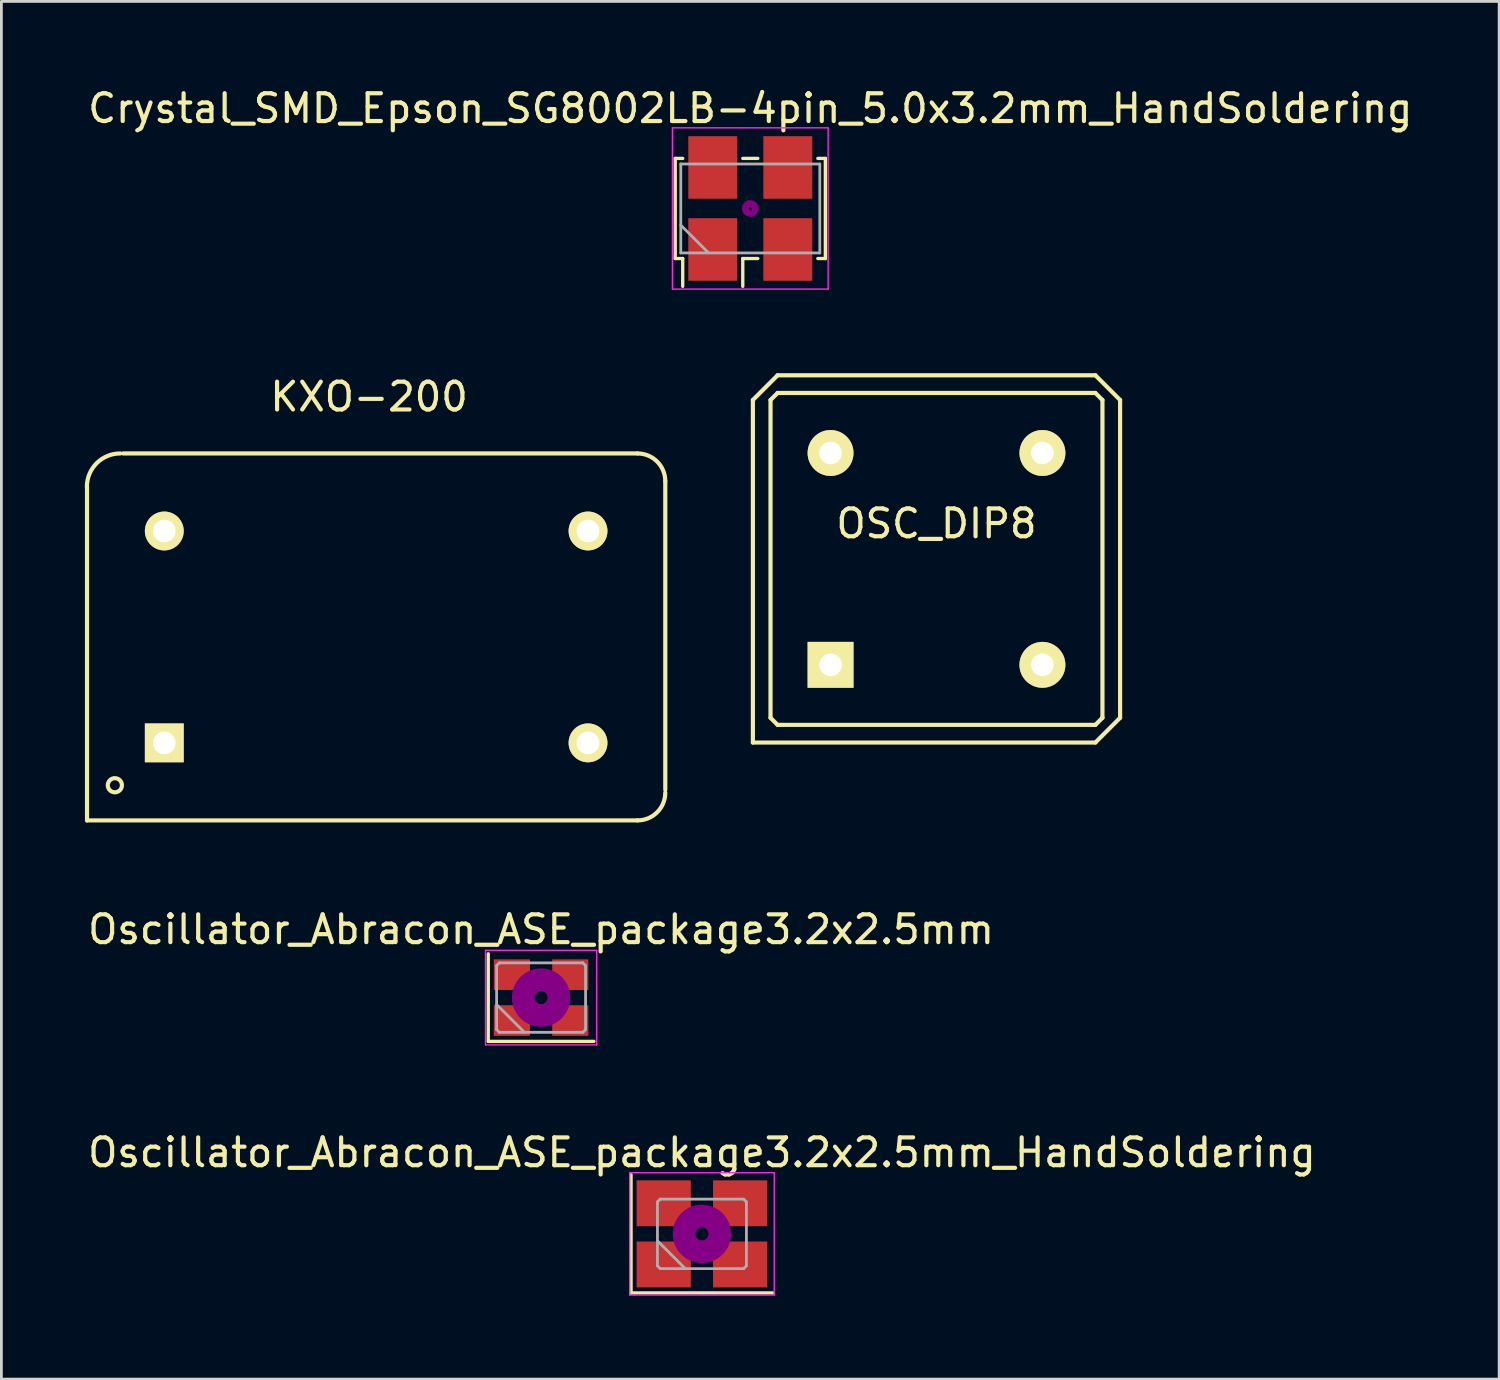
<source format=kicad_pcb>
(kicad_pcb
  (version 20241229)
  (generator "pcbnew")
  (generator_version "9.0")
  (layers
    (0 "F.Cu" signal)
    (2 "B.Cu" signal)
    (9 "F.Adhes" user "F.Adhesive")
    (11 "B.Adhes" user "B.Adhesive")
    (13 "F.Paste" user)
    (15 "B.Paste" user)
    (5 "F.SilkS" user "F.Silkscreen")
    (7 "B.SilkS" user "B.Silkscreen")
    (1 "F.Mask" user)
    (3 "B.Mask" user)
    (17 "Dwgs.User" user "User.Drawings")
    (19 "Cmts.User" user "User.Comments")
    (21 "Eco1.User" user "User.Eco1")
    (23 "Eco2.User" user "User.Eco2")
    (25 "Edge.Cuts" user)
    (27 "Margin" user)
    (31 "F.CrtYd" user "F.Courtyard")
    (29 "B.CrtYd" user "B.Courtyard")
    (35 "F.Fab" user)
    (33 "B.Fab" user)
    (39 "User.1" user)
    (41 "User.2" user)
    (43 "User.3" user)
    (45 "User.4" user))
  (footprint "OSC_DIP8"
    (layer "F.Cu")
    (at 30.632 17.052)
    (property "Reference" "OSC_DIP8" (at 0 -1.27 0) (layer "F.SilkS") (effects (font (size 1 1) (thickness 0.15))))
    (attr through_hole)
    (fp_line (start -6.604 -5.715) (end -6.604 6.604) (stroke (width 0.15) (type solid)) (layer "F.SilkS"))
    (fp_line (start -6.604 6.604) (end 5.715 6.604) (stroke (width 0.15) (type solid)) (layer "F.SilkS"))
    (fp_line (start -5.969 -5.715) (end -5.969 5.715) (stroke (width 0.15) (type solid)) (layer "F.SilkS"))
    (fp_line (start -5.969 5.715) (end -5.715 5.969) (stroke (width 0.15) (type solid)) (layer "F.SilkS"))
    (fp_line (start -5.715 -6.604) (end -6.604 -5.715) (stroke (width 0.15) (type solid)) (layer "F.SilkS"))
    (fp_line (start -5.715 -5.969) (end -5.969 -5.715) (stroke (width 0.15) (type solid)) (layer "F.SilkS"))
    (fp_line (start -5.715 5.969) (end 5.715 5.969) (stroke (width 0.15) (type solid)) (layer "F.SilkS"))
    (fp_line (start 5.715 -6.604) (end -5.715 -6.604) (stroke (width 0.15) (type solid)) (layer "F.SilkS"))
    (fp_line (start 5.715 -5.969) (end -5.715 -5.969) (stroke (width 0.15) (type solid)) (layer "F.SilkS"))
    (fp_line (start 5.715 5.969) (end 5.969 5.715) (stroke (width 0.15) (type solid)) (layer "F.SilkS"))
    (fp_line (start 5.715 6.604) (end 6.604 5.715) (stroke (width 0.15) (type solid)) (layer "F.SilkS"))
    (fp_line (start 5.969 -5.715) (end 5.715 -5.969) (stroke (width 0.15) (type solid)) (layer "F.SilkS"))
    (fp_line (start 5.969 5.715) (end 5.969 -5.715) (stroke (width 0.15) (type solid)) (layer "F.SilkS"))
    (fp_line (start 6.604 -5.715) (end 5.715 -6.604) (stroke (width 0.15) (type solid)) (layer "F.SilkS"))
    (fp_line (start 6.604 5.715) (end 6.604 -5.715) (stroke (width 0.15) (type solid)) (layer "F.SilkS"))
    (pad "1" thru_hole rect (at -3.81 3.81) (size 1.651 1.651) (drill 0.813) (layers "*.Cu" "*.Mask" "F.SilkS"))
    (pad "4" thru_hole circle (at 3.81 3.81) (size 1.651 1.651) (drill 0.813) (layers "*.Cu" "*.Mask" "F.SilkS"))
    (pad "5" thru_hole circle (at 3.81 -3.81) (size 1.651 1.651) (drill 0.813) (layers "*.Cu" "*.Mask" "F.SilkS"))
    (pad "8" thru_hole circle (at -3.81 -3.81) (size 1.651 1.651) (drill 0.813) (layers "*.Cu" "*.Mask" "F.SilkS")))
  (footprint "Oscillator_Abracon_ASE_package3.2x2.5mm_HandSoldering"
    (layer "F.Cu")
    (at 22.196 41.328)
    (property "Reference" "Oscillator_Abracon_ASE_package3.2x2.5mm_HandSoldering" (at 0 -2.925 0) (layer "F.SilkS") (effects (font (size 1 1) (thickness 0.15))))
    (attr smd)
    (fp_line (start -2.55 -2.125) (end -2.55 2.125) (stroke (width 0.12) (type solid)) (layer "F.SilkS"))
    (fp_line (start -2.55 2.125) (end 2.55 2.125) (stroke (width 0.12) (type solid)) (layer "F.SilkS"))
    (fp_circle (center 0 0) (end 0.233 0) (stroke (width 0.467) (type solid)) (fill no) (layer "F.Adhes"))
    (fp_circle (center 0 0) (end 0.533 0) (stroke (width 0.333) (type solid)) (fill no) (layer "F.Adhes"))
    (fp_circle (center 0 0) (end 0.833 0) (stroke (width 0.333) (type solid)) (fill no) (layer "F.Adhes"))
    (fp_circle (center 0 0) (end 1 0) (stroke (width 0.1) (type solid)) (fill no) (layer "F.Adhes"))
    (fp_line (start -2.6 -2.2) (end -2.6 2.2) (stroke (width 0.05) (type solid)) (layer "F.CrtYd"))
    (fp_line (start -2.6 2.2) (end 2.6 2.2) (stroke (width 0.05) (type solid)) (layer "F.CrtYd"))
    (fp_line (start 2.6 -2.2) (end -2.6 -2.2) (stroke (width 0.05) (type solid)) (layer "F.CrtYd"))
    (fp_line (start 2.6 2.2) (end 2.6 -2.2) (stroke (width 0.05) (type solid)) (layer "F.CrtYd"))
    (fp_line (start -1.6 -1.15) (end -1.5 -1.25) (stroke (width 0.1) (type solid)) (layer "F.Fab"))
    (fp_line (start -1.6 0.25) (end -0.6 1.25) (stroke (width 0.1) (type solid)) (layer "F.Fab"))
    (fp_line (start -1.6 1.15) (end -1.6 -1.15) (stroke (width 0.1) (type solid)) (layer "F.Fab"))
    (fp_line (start -1.5 -1.25) (end 1.5 -1.25) (stroke (width 0.1) (type solid)) (layer "F.Fab"))
    (fp_line (start -1.5 1.25) (end -1.6 1.15) (stroke (width 0.1) (type solid)) (layer "F.Fab"))
    (fp_line (start 1.5 -1.25) (end 1.6 -1.15) (stroke (width 0.1) (type solid)) (layer "F.Fab"))
    (fp_line (start 1.5 1.25) (end -1.5 1.25) (stroke (width 0.1) (type solid)) (layer "F.Fab"))
    (fp_line (start 1.6 -1.15) (end 1.6 1.15) (stroke (width 0.1) (type solid)) (layer "F.Fab"))
    (fp_line (start 1.6 1.15) (end 1.5 1.25) (stroke (width 0.1) (type solid)) (layer "F.Fab"))
    (pad "1" smd rect (at -1.375 1.1) (size 1.95 1.65) (layers "F.Cu" "F.Mask"))
    (pad "2" smd rect (at 1.375 1.1) (size 1.95 1.65) (layers "F.Cu" "F.Mask"))
    (pad "3" smd rect (at 1.375 -1.1) (size 1.95 1.65) (layers "F.Cu" "F.Mask"))
    (pad "4" smd rect (at -1.375 -1.1) (size 1.95 1.65) (layers "F.Cu" "F.Mask")))
  (footprint "Crystal_SMD_Epson_SG8002LB-4pin_5.0x3.2mm_HandSoldering"
    (layer "F.Cu")
    (at 23.935 4.448)
    (property "Reference" "Crystal_SMD_Epson_SG8002LB-4pin_5.0x3.2mm_HandSoldering" (at 0 -3.6 0) (layer "F.SilkS") (effects (font (size 1 1) (thickness 0.15))))
    (attr smd)
    (fp_line (start -2.7 -1.8) (end -2.43 -1.8) (stroke (width 0.12) (type solid)) (layer "F.SilkS"))
    (fp_line (start -2.7 1.8) (end -2.7 -1.8) (stroke (width 0.12) (type solid)) (layer "F.SilkS"))
    (fp_line (start -2.43 1.8) (end -2.7 1.8) (stroke (width 0.12) (type solid)) (layer "F.SilkS"))
    (fp_line (start -2.43 2.8) (end -2.43 1.8) (stroke (width 0.12) (type solid)) (layer "F.SilkS"))
    (fp_line (start -0.27 -1.8) (end 0.27 -1.8) (stroke (width 0.12) (type solid)) (layer "F.SilkS"))
    (fp_line (start -0.27 1.8) (end -0.27 2.8) (stroke (width 0.12) (type solid)) (layer "F.SilkS"))
    (fp_line (start 0.27 1.8) (end -0.27 1.8) (stroke (width 0.12) (type solid)) (layer "F.SilkS"))
    (fp_line (start 2.43 -1.8) (end 2.7 -1.8) (stroke (width 0.12) (type solid)) (layer "F.SilkS"))
    (fp_line (start 2.7 -1.8) (end 2.7 1.8) (stroke (width 0.12) (type solid)) (layer "F.SilkS"))
    (fp_line (start 2.7 1.8) (end 2.43 1.8) (stroke (width 0.12) (type solid)) (layer "F.SilkS"))
    (fp_circle (center 0 0) (end 0.058 0) (stroke (width 0.117) (type solid)) (fill no) (layer "F.Adhes"))
    (fp_circle (center 0 0) (end 0.133 0) (stroke (width 0.083) (type solid)) (fill no) (layer "F.Adhes"))
    (fp_circle (center 0 0) (end 0.208 0) (stroke (width 0.083) (type solid)) (fill no) (layer "F.Adhes"))
    (fp_circle (center 0 0) (end 0.25 0) (stroke (width 0.1) (type solid)) (fill no) (layer "F.Adhes"))
    (fp_line (start -2.8 -2.9) (end -2.8 2.9) (stroke (width 0.05) (type solid)) (layer "F.CrtYd"))
    (fp_line (start -2.8 2.9) (end 2.8 2.9) (stroke (width 0.05) (type solid)) (layer "F.CrtYd"))
    (fp_line (start 2.8 -2.9) (end -2.8 -2.9) (stroke (width 0.05) (type solid)) (layer "F.CrtYd"))
    (fp_line (start 2.8 2.9) (end 2.8 -2.9) (stroke (width 0.05) (type solid)) (layer "F.CrtYd"))
    (fp_line (start -2.5 -1.6) (end -2.5 1.6) (stroke (width 0.1) (type solid)) (layer "F.Fab"))
    (fp_line (start -2.5 0.6) (end -1.5 1.6) (stroke (width 0.1) (type solid)) (layer "F.Fab"))
    (fp_line (start -2.5 1.6) (end 2.5 1.6) (stroke (width 0.1) (type solid)) (layer "F.Fab"))
    (fp_line (start 2.5 -1.6) (end -2.5 -1.6) (stroke (width 0.1) (type solid)) (layer "F.Fab"))
    (fp_line (start 2.5 1.6) (end 2.5 -1.6) (stroke (width 0.1) (type solid)) (layer "F.Fab"))
    (pad "1" smd rect (at -1.35 1.475) (size 1.76 2.25) (layers "F.Cu" "F.Mask"))
    (pad "2" smd rect (at 1.35 1.475) (size 1.76 2.25) (layers "F.Cu" "F.Mask"))
    (pad "3" smd rect (at 1.35 -1.475) (size 1.76 2.25) (layers "F.Cu" "F.Mask"))
    (pad "4" smd rect (at -1.35 -1.475) (size 1.76 2.25) (layers "F.Cu" "F.Mask")))
  (footprint "KXO-200"
    (layer "F.Cu")
    (at 10.479 19.858)
    (property "Reference" "KXO-200" (at -0.254 -8.636 0) (layer "F.SilkS") (effects (font (size 1 1) (thickness 0.15))))
    (attr through_hole)
    (fp_line (start -10.399 -5.4) (end -10.399 6.599) (stroke (width 0.15) (type solid)) (layer "F.SilkS"))
    (fp_line (start -9.101 -6.599) (end 9.401 -6.599) (stroke (width 0.15) (type solid)) (layer "F.SilkS"))
    (fp_line (start 9.401 6.599) (end -10.399 6.599) (stroke (width 0.15) (type solid)) (layer "F.SilkS"))
    (fp_line (start 10.399 -5.601) (end 10.399 5.499) (stroke (width 0.15) (type solid)) (layer "F.SilkS"))
    (fp_arc (start -10.40384 -5.40004) (mid -10.052696 -6.247776) (end -9.20496 -6.59892) (stroke (width 0.15) (type solid)) (layer "F.SilkS"))
    (fp_arc (start 9.40054 -6.59892) (mid 10.106388 -6.306548) (end 10.39876 -5.6007) (stroke (width 0.15) (type solid)) (layer "F.SilkS"))
    (fp_arc (start 10.39876 5.6007) (mid 10.106388 6.306548) (end 9.40054 6.59892) (stroke (width 0.15) (type solid)) (layer "F.SilkS"))
    (fp_circle (center -9.398 5.334) (end -9.398 5.588) (stroke (width 0.15) (type solid)) (fill no) (layer "F.SilkS"))
    (pad "1" thru_hole rect (at -7.62 3.81) (size 1.397 1.397) (drill 0.813) (layers "*.Cu" "*.Mask" "F.SilkS"))
    (pad "7" thru_hole circle (at 7.62 3.81) (size 1.397 1.397) (drill 0.813) (layers "*.Cu" "*.Mask" "F.SilkS"))
    (pad "8" thru_hole circle (at 7.62 -3.81) (size 1.397 1.397) (drill 0.813) (layers "*.Cu" "*.Mask" "F.SilkS"))
    (pad "14" thru_hole circle (at -7.62 -3.81) (size 1.397 1.397) (drill 0.813) (layers "*.Cu" "*.Mask" "F.SilkS")))
  (footprint "Oscillator_Abracon_ASE_package3.2x2.5mm"
    (layer "F.Cu")
    (at 16.411 32.83)
    (property "Reference" "Oscillator_Abracon_ASE_package3.2x2.5mm" (at 0 -2.45 0) (layer "F.SilkS") (effects (font (size 1 1) (thickness 0.15))))
    (attr smd)
    (fp_line (start -1.9 -1.575) (end -1.9 1.575) (stroke (width 0.12) (type solid)) (layer "F.SilkS"))
    (fp_line (start -1.9 1.575) (end 1.9 1.575) (stroke (width 0.12) (type solid)) (layer "F.SilkS"))
    (fp_circle (center 0 0) (end 0.233 0) (stroke (width 0.467) (type solid)) (fill no) (layer "F.Adhes"))
    (fp_circle (center 0 0) (end 0.533 0) (stroke (width 0.333) (type solid)) (fill no) (layer "F.Adhes"))
    (fp_circle (center 0 0) (end 0.833 0) (stroke (width 0.333) (type solid)) (fill no) (layer "F.Adhes"))
    (fp_circle (center 0 0) (end 1 0) (stroke (width 0.1) (type solid)) (fill no) (layer "F.Adhes"))
    (fp_line (start -2 -1.7) (end -2 1.7) (stroke (width 0.05) (type solid)) (layer "F.CrtYd"))
    (fp_line (start -2 1.7) (end 2 1.7) (stroke (width 0.05) (type solid)) (layer "F.CrtYd"))
    (fp_line (start 2 -1.7) (end -2 -1.7) (stroke (width 0.05) (type solid)) (layer "F.CrtYd"))
    (fp_line (start 2 1.7) (end 2 -1.7) (stroke (width 0.05) (type solid)) (layer "F.CrtYd"))
    (fp_line (start -1.6 -1.15) (end -1.5 -1.25) (stroke (width 0.1) (type solid)) (layer "F.Fab"))
    (fp_line (start -1.6 0.25) (end -0.6 1.25) (stroke (width 0.1) (type solid)) (layer "F.Fab"))
    (fp_line (start -1.6 1.15) (end -1.6 -1.15) (stroke (width 0.1) (type solid)) (layer "F.Fab"))
    (fp_line (start -1.5 -1.25) (end 1.5 -1.25) (stroke (width 0.1) (type solid)) (layer "F.Fab"))
    (fp_line (start -1.5 1.25) (end -1.6 1.15) (stroke (width 0.1) (type solid)) (layer "F.Fab"))
    (fp_line (start 1.5 -1.25) (end 1.6 -1.15) (stroke (width 0.1) (type solid)) (layer "F.Fab"))
    (fp_line (start 1.5 1.25) (end -1.5 1.25) (stroke (width 0.1) (type solid)) (layer "F.Fab"))
    (fp_line (start 1.6 -1.15) (end 1.6 1.15) (stroke (width 0.1) (type solid)) (layer "F.Fab"))
    (fp_line (start 1.6 1.15) (end 1.5 1.25) (stroke (width 0.1) (type solid)) (layer "F.Fab"))
    (pad "1" smd rect (at -1.05 0.825) (size 1.3 1.1) (layers "F.Cu" "F.Mask"))
    (pad "2" smd rect (at 1.05 0.825) (size 1.3 1.1) (layers "F.Cu" "F.Mask"))
    (pad "3" smd rect (at 1.05 -0.825) (size 1.3 1.1) (layers "F.Cu" "F.Mask"))
    (pad "4" smd rect (at -1.05 -0.825) (size 1.3 1.1) (layers "F.Cu" "F.Mask")))
  (gr_rect
    (start -3 -3)
    (end 50.869 46.553)
    (stroke (width 0.1) (type default))
    (fill no)
    (layer "Edge.Cuts")))
</source>
